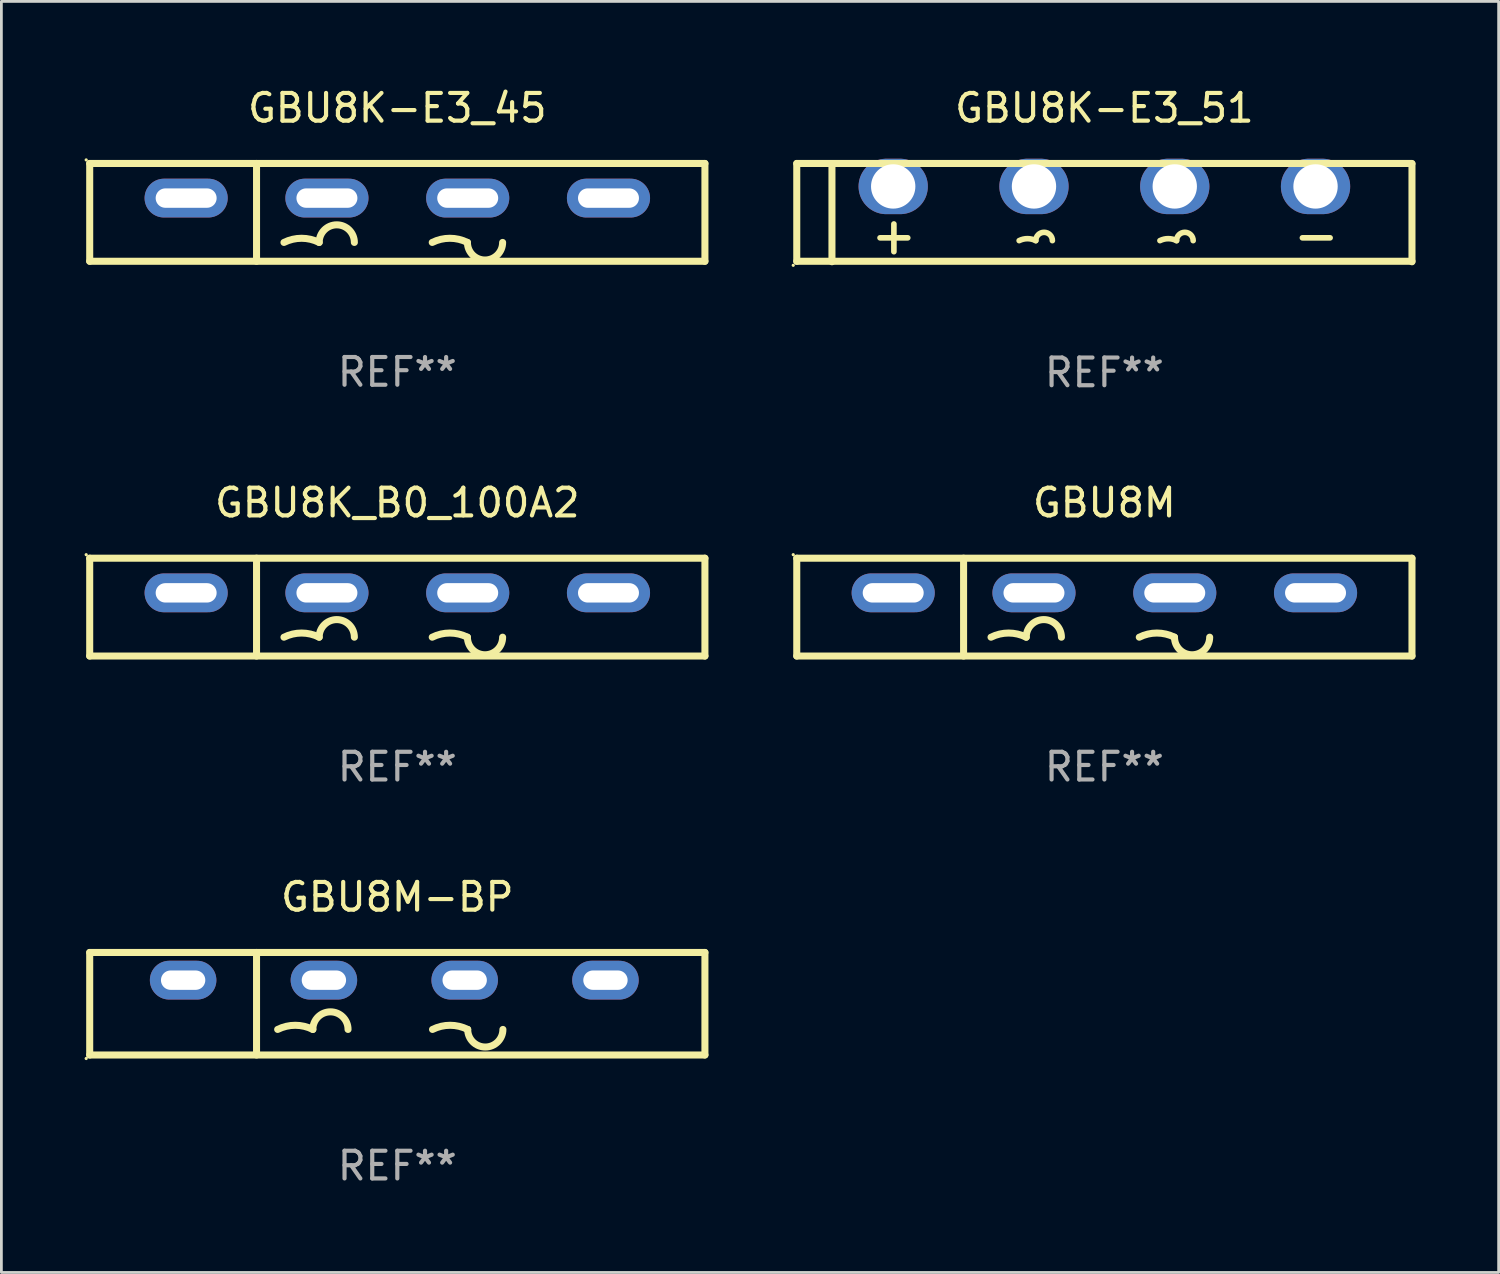
<source format=kicad_pcb>
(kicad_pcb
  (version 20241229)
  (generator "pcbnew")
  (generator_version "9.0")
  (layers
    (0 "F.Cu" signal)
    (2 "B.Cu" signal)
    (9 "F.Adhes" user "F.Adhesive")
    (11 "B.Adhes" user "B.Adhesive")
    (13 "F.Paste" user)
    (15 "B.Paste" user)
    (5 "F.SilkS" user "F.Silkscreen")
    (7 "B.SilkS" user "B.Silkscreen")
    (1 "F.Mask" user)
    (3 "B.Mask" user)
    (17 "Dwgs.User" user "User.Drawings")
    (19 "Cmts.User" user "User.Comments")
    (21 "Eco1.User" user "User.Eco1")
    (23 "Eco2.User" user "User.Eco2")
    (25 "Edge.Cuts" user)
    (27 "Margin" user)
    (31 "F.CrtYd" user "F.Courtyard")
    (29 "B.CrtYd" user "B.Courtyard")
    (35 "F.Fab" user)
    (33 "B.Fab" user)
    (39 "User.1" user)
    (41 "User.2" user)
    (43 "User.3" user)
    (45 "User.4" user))
  (footprint "GBU8K-E3_51"
    (layer "F.Cu")
    (at 36.801 4.622)
    (property "Reference" "GBU8K-E3_51" (at 0 -3.774 0) (layer "F.SilkS") (effects (font (size 1 1) (thickness 0.15))))
    (attr through_hole)
    (fp_line (start -11.1 -1.774) (end -11.1 1.756) (stroke (width 0.254) (type solid)) (layer "F.SilkS"))
    (fp_line (start -11.1 1.756) (end 11.1 1.756) (stroke (width 0.254) (type solid)) (layer "F.SilkS"))
    (fp_line (start -9.83 -1.757) (end -9.83 1.773) (stroke (width 0.254) (type solid)) (layer "F.SilkS"))
    (fp_line (start -8.095 0.91) (end -7.095 0.91) (stroke (width 0.203) (type solid)) (layer "F.SilkS"))
    (fp_line (start -7.595 0.41) (end -7.595 1.41) (stroke (width 0.203) (type solid)) (layer "F.SilkS"))
    (fp_line (start 7.146 0.91) (end 8.146 0.91) (stroke (width 0.203) (type solid)) (layer "F.SilkS"))
    (fp_line (start 11.1 -1.774) (end -11.1 -1.774) (stroke (width 0.254) (type solid)) (layer "F.SilkS"))
    (fp_line (start 11.1 1.774) (end 11.1 -1.756) (stroke (width 0.254) (type solid)) (layer "F.SilkS"))
    (fp_arc (start -3.074702 1.011011) (mid -2.774981 0.940286) (end -2.47526 1.011011) (stroke (width 0.2032) (type solid)) (layer "F.SilkS"))
    (fp_arc (start -2.475261 1.01101) (mid -2.17554 0.711569) (end -1.875819 1.011011) (stroke (width 0.2032) (type solid)) (layer "F.SilkS"))
    (fp_arc (start 2.005309 1.011011) (mid 2.30503 0.940286) (end 2.60475 1.011012) (stroke (width 0.2032) (type solid)) (layer "F.SilkS"))
    (fp_arc (start 2.604749 1.01101) (mid 2.90447 0.711569) (end 3.204191 1.011011) (stroke (width 0.2032) (type solid)) (layer "F.SilkS"))
    (fp_circle (center -11.227 1.901) (end -11.197 1.901) (stroke (width 0.06) (type solid)) (fill no) (layer "F.SilkS"))
    (fp_text user "REF**" (at 0 5.774 0) (layer "F.Fab") (effects (font (size 1 1) (thickness 0.15))))
    (pad "1" thru_hole oval (at -7.62 -0.944 180) (size 2.5 2) (drill 1.6) (layers "*.Cu" "*.Mask"))
    (pad "2" thru_hole oval (at -2.54 -0.944 180) (size 2.5 2) (drill 1.6) (layers "*.Cu" "*.Mask"))
    (pad "3" thru_hole oval (at 2.54 -0.944 180) (size 2.5 2) (drill 1.6) (layers "*.Cu" "*.Mask"))
    (pad "4" thru_hole oval (at 7.62 -0.944 180) (size 2.5 2) (drill 1.6) (layers "*.Cu" "*.Mask")))
  (footprint "GBU8M"
    (layer "F.Cu")
    (at 36.801 18.858)
    (property "Reference" "GBU8M" (at 0 -3.765 0) (layer "F.SilkS") (effects (font (size 1 1) (thickness 0.15))))
    (attr through_hole)
    (fp_line (start -11.1 -1.765) (end 11.1 -1.765) (stroke (width 0.254) (type solid)) (layer "F.SilkS"))
    (fp_line (start -11.1 1.765) (end -11.1 -1.765) (stroke (width 0.254) (type solid)) (layer "F.SilkS"))
    (fp_line (start -5.08 -1.765) (end -5.08 1.765) (stroke (width 0.254) (type solid)) (layer "F.SilkS"))
    (fp_line (start 11.1 -1.765) (end 11.1 1.765) (stroke (width 0.254) (type solid)) (layer "F.SilkS"))
    (fp_line (start 11.1 1.765) (end -11.1 1.765) (stroke (width 0.254) (type solid)) (layer "F.SilkS"))
    (fp_arc (start -4.089992 1.084963) (mid -3.454991 0.93506) (end -2.819989 1.084963) (stroke (width 0.254001) (type solid)) (layer "F.SilkS"))
    (fp_arc (start -2.819991 1.084963) (mid -2.184989 0.449961) (end -1.549987 1.084963) (stroke (width 0.254001) (type solid)) (layer "F.SilkS"))
    (fp_arc (start 1.259995 1.084963) (mid 1.894996 0.93506) (end 2.529998 1.084963) (stroke (width 0.254001) (type solid)) (layer "F.SilkS"))
    (fp_arc (start 3.8 1.084963) (mid 3.164999 1.719964) (end 2.529998 1.084963) (stroke (width 0.254001) (type solid)) (layer "F.SilkS"))
    (fp_circle (center -11.227 -1.892) (end -11.197 -1.892) (stroke (width 0.06) (type solid)) (fill no) (layer "F.SilkS"))
    (fp_text user "-" (at 8.65 3.335 0) (layer "B.Mask") (effects (font (size 1 1) (thickness 0.15))))
    (fp_text user "+" (at -7 3.085 0) (layer "B.Mask") (effects (font (size 1 1) (thickness 0.15))))
    (fp_text user "REF**" (at 0 5.765 0) (layer "F.Fab") (effects (font (size 1 1) (thickness 0.15))))
    (pad "1" thru_hole oval (at -7.62 -0.515 180) (size 3 1.4) (drill oval 2.2 0.7) (layers "*.Cu" "*.Mask"))
    (pad "2" thru_hole oval (at -2.54 -0.515 180) (size 3 1.4) (drill oval 2.2 0.7) (layers "*.Cu" "*.Mask"))
    (pad "3" thru_hole oval (at 2.54 -0.515 180) (size 3 1.4) (drill oval 2.2 0.7) (layers "*.Cu" "*.Mask"))
    (pad "4" thru_hole oval (at 7.62 -0.515 180) (size 3 1.4) (drill oval 2.2 0.7) (layers "*.Cu" "*.Mask")))
  (footprint "GBU8K-E3_45"
    (layer "F.Cu")
    (at 11.287 4.613)
    (property "Reference" "GBU8K-E3_45" (at 0 -3.765 0) (layer "F.SilkS") (effects (font (size 1 1) (thickness 0.15))))
    (attr through_hole)
    (fp_line (start -11.1 -1.765) (end 11.1 -1.765) (stroke (width 0.254) (type solid)) (layer "F.SilkS"))
    (fp_line (start -11.1 1.765) (end -11.1 -1.765) (stroke (width 0.254) (type solid)) (layer "F.SilkS"))
    (fp_line (start -5.08 -1.765) (end -5.08 1.765) (stroke (width 0.254) (type solid)) (layer "F.SilkS"))
    (fp_line (start 11.1 -1.765) (end 11.1 1.765) (stroke (width 0.254) (type solid)) (layer "F.SilkS"))
    (fp_line (start 11.1 1.765) (end -11.1 1.765) (stroke (width 0.254) (type solid)) (layer "F.SilkS"))
    (fp_arc (start -4.089992 1.084963) (mid -3.454991 0.93506) (end -2.819989 1.084963) (stroke (width 0.254001) (type solid)) (layer "F.SilkS"))
    (fp_arc (start -2.819991 1.084963) (mid -2.184989 0.449961) (end -1.549987 1.084963) (stroke (width 0.254001) (type solid)) (layer "F.SilkS"))
    (fp_arc (start 1.259995 1.084963) (mid 1.894996 0.93506) (end 2.529998 1.084963) (stroke (width 0.254001) (type solid)) (layer "F.SilkS"))
    (fp_arc (start 3.8 1.084963) (mid 3.164999 1.719964) (end 2.529998 1.084963) (stroke (width 0.254001) (type solid)) (layer "F.SilkS"))
    (fp_circle (center -11.227 -1.892) (end -11.197 -1.892) (stroke (width 0.06) (type solid)) (fill no) (layer "F.SilkS"))
    (fp_text user "-" (at 8.65 3.335 0) (layer "B.Mask") (effects (font (size 1 1) (thickness 0.15))))
    (fp_text user "+" (at -7 3.085 0) (layer "B.Mask") (effects (font (size 1 1) (thickness 0.15))))
    (fp_text user "REF**" (at 0 5.765 0) (layer "F.Fab") (effects (font (size 1 1) (thickness 0.15))))
    (pad "1" thru_hole oval (at -7.62 -0.515 180) (size 3 1.4) (drill oval 2.2 0.7) (layers "*.Cu" "*.Mask"))
    (pad "2" thru_hole oval (at -2.54 -0.515 180) (size 3 1.4) (drill oval 2.2 0.7) (layers "*.Cu" "*.Mask"))
    (pad "3" thru_hole oval (at 2.54 -0.515 180) (size 3 1.4) (drill oval 2.2 0.7) (layers "*.Cu" "*.Mask"))
    (pad "4" thru_hole oval (at 7.62 -0.515 180) (size 3 1.4) (drill oval 2.2 0.7) (layers "*.Cu" "*.Mask")))
  (footprint "GBU8M-BP"
    (layer "F.Cu")
    (at 11.287 33.169)
    (property "Reference" "GBU8M-BP" (at 0 -3.85 0) (layer "F.SilkS") (effects (font (size 1 1) (thickness 0.15))))
    (attr through_hole)
    (fp_line (start -11.1 -1.85) (end 11.1 -1.85) (stroke (width 0.254) (type solid)) (layer "F.SilkS"))
    (fp_line (start -11.1 1.85) (end -11.1 -1.85) (stroke (width 0.254) (type solid)) (layer "F.SilkS"))
    (fp_line (start -5.08 -1.85) (end -5.08 1.85) (stroke (width 0.254) (type solid)) (layer "F.SilkS"))
    (fp_line (start 11.1 -1.85) (end 11.1 1.85) (stroke (width 0.254) (type solid)) (layer "F.SilkS"))
    (fp_line (start 11.1 1.85) (end -11.1 1.85) (stroke (width 0.254) (type solid)) (layer "F.SilkS"))
    (fp_arc (start -4.318009 0.927991) (mid -3.683008 0.778087) (end -3.048007 0.92799) (stroke (width 0.254001) (type solid)) (layer "F.SilkS"))
    (fp_arc (start -3.048006 0.927991) (mid -2.413005 0.29299) (end -1.778004 0.927991) (stroke (width 0.254001) (type solid)) (layer "F.SilkS"))
    (fp_arc (start 1.270003 0.927991) (mid 1.905004 0.778088) (end 2.540005 0.927991) (stroke (width 0.254001) (type solid)) (layer "F.SilkS"))
    (fp_arc (start 3.810008 0.927991) (mid 3.175006 1.562993) (end 2.540004 0.927991) (stroke (width 0.254001) (type solid)) (layer "F.SilkS"))
    (fp_circle (center -11.227 1.977) (end -11.197 1.977) (stroke (width 0.06) (type solid)) (fill no) (layer "F.SilkS"))
    (fp_text user "-" (at 6.751 0.85 0) (layer "B.Mask") (effects (font (size 1 1) (thickness 0.15))))
    (fp_text user "+" (at -8.549 0.85 0) (layer "B.Mask") (effects (font (size 1 1) (thickness 0.15))))
    (fp_text user "REF**" (at 0 5.85 0) (layer "F.Fab") (effects (font (size 1 1) (thickness 0.15))))
    (pad "1" thru_hole oval (at -7.729 -0.85 180) (size 2.4 1.4) (drill oval 1.6 0.7) (layers "*.Cu" "*.Mask"))
    (pad "2" thru_hole oval (at -2.649 -0.85 180) (size 2.4 1.4) (drill oval 1.6 0.7) (layers "*.Cu" "*.Mask"))
    (pad "3" thru_hole oval (at 2.431 -0.85 180) (size 2.4 1.4) (drill oval 1.6 0.7) (layers "*.Cu" "*.Mask"))
    (pad "4" thru_hole oval (at 7.511 -0.85 180) (size 2.4 1.4) (drill oval 1.6 0.7) (layers "*.Cu" "*.Mask")))
  (footprint "GBU8K_B0_100A2"
    (layer "F.Cu")
    (at 11.287 18.858)
    (property "Reference" "GBU8K_B0_100A2" (at 0 -3.765 0) (layer "F.SilkS") (effects (font (size 1 1) (thickness 0.15))))
    (attr through_hole)
    (fp_line (start -11.1 -1.765) (end 11.1 -1.765) (stroke (width 0.254) (type solid)) (layer "F.SilkS"))
    (fp_line (start -11.1 1.765) (end -11.1 -1.765) (stroke (width 0.254) (type solid)) (layer "F.SilkS"))
    (fp_line (start -5.08 -1.765) (end -5.08 1.765) (stroke (width 0.254) (type solid)) (layer "F.SilkS"))
    (fp_line (start 11.1 -1.765) (end 11.1 1.765) (stroke (width 0.254) (type solid)) (layer "F.SilkS"))
    (fp_line (start 11.1 1.765) (end -11.1 1.765) (stroke (width 0.254) (type solid)) (layer "F.SilkS"))
    (fp_arc (start -4.089992 1.084963) (mid -3.454991 0.93506) (end -2.819989 1.084963) (stroke (width 0.254001) (type solid)) (layer "F.SilkS"))
    (fp_arc (start -2.819991 1.084963) (mid -2.184989 0.449961) (end -1.549987 1.084963) (stroke (width 0.254001) (type solid)) (layer "F.SilkS"))
    (fp_arc (start 1.259995 1.084963) (mid 1.894996 0.93506) (end 2.529998 1.084963) (stroke (width 0.254001) (type solid)) (layer "F.SilkS"))
    (fp_arc (start 3.8 1.084963) (mid 3.164999 1.719964) (end 2.529998 1.084963) (stroke (width 0.254001) (type solid)) (layer "F.SilkS"))
    (fp_circle (center -11.227 -1.892) (end -11.197 -1.892) (stroke (width 0.06) (type solid)) (fill no) (layer "F.SilkS"))
    (fp_text user "+" (at -7 3.085 0) (layer "B.Mask") (effects (font (size 1 1) (thickness 0.15))))
    (fp_text user "-" (at 8.65 3.335 0) (layer "B.Mask") (effects (font (size 1 1) (thickness 0.15))))
    (fp_text user "REF**" (at 0 5.765 0) (layer "F.Fab") (effects (font (size 1 1) (thickness 0.15))))
    (pad "1" thru_hole oval (at -7.62 -0.515 180) (size 3 1.4) (drill oval 2.2 0.7) (layers "*.Cu" "*.Mask"))
    (pad "2" thru_hole oval (at -2.54 -0.515 180) (size 3 1.4) (drill oval 2.2 0.7) (layers "*.Cu" "*.Mask"))
    (pad "3" thru_hole oval (at 2.54 -0.515 180) (size 3 1.4) (drill oval 2.2 0.7) (layers "*.Cu" "*.Mask"))
    (pad "4" thru_hole oval (at 7.62 -0.515 180) (size 3 1.4) (drill oval 2.2 0.7) (layers "*.Cu" "*.Mask")))
  (gr_rect
    (start -3 -3)
    (end 51.028 42.867)
    (stroke (width 0.1) (type default))
    (fill no)
    (layer "Edge.Cuts")))
</source>
